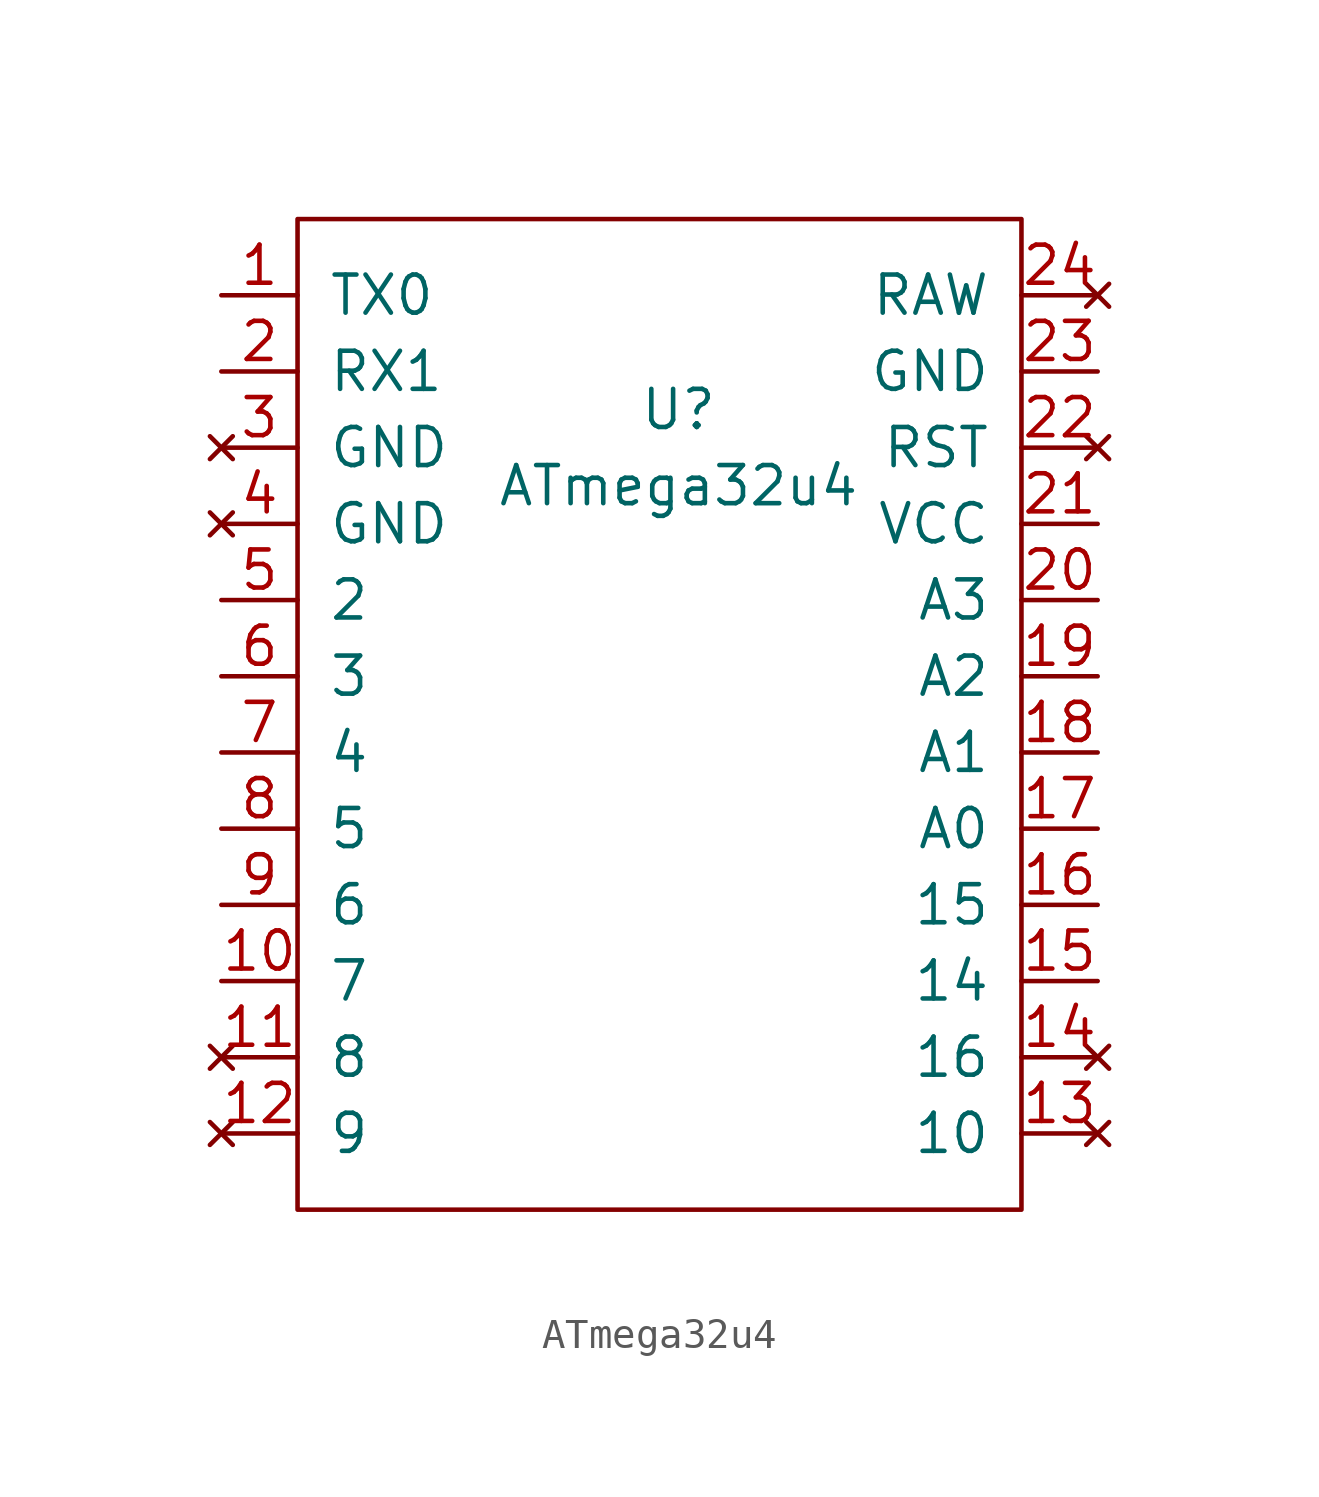
<source format=kicad_sym>
(kicad_symbol_lib
  (version 20201005)
  (generator kicad_symbol_editor)
  (symbol "ATmega32u4"
    (pin_names
      (offset 1.016))
    (property "Reference" "U"
      (at 0 2.54 0)
      (effects (font (size 1.27 1.27))))
    (property "Value" "ATmega32u4"
      (at 0 0 0)
      (effects (font (size 1.27 1.27))))
    (symbol "ATmega32u4_0_1"
      (rectangle (start -12.7 8.89) (end 11.43 -24.13) (stroke (width 0)) (fill (type none))))
    (symbol "ATmega32u4_1_1"
      (pin bidirectional line (at -15.24 6.35 0) (length 2.54) (name "TX0" (effects (font (size 1.27 1.27)))) (number "1" (effects (font (size 1.27 1.27)))))
      (pin bidirectional line (at -15.24 -16.51 0) (length 2.54) (name "7" (effects (font (size 1.27 1.27)))) (number "10" (effects (font (size 1.27 1.27)))))
      (pin no_connect line (at -15.24 -19.05 0) (length 2.54) (name "8" (effects (font (size 1.27 1.27)))) (number "11" (effects (font (size 1.27 1.27)))))
      (pin no_connect line (at -15.24 -21.59 0) (length 2.54) (name "9" (effects (font (size 1.27 1.27)))) (number "12" (effects (font (size 1.27 1.27)))))
      (pin no_connect line (at 13.97 -21.59 180) (length 2.54) (name "10" (effects (font (size 1.27 1.27)))) (number "13" (effects (font (size 1.27 1.27)))))
      (pin no_connect line (at 13.97 -19.05 180) (length 2.54) (name "16" (effects (font (size 1.27 1.27)))) (number "14" (effects (font (size 1.27 1.27)))))
      (pin bidirectional line (at 13.97 -16.51 180) (length 2.54) (name "14" (effects (font (size 1.27 1.27)))) (number "15" (effects (font (size 1.27 1.27)))))
      (pin bidirectional line (at 13.97 -13.97 180) (length 2.54) (name "15" (effects (font (size 1.27 1.27)))) (number "16" (effects (font (size 1.27 1.27)))))
      (pin bidirectional line (at 13.97 -11.43 180) (length 2.54) (name "A0" (effects (font (size 1.27 1.27)))) (number "17" (effects (font (size 1.27 1.27)))))
      (pin bidirectional line (at 13.97 -8.89 180) (length 2.54) (name "A1" (effects (font (size 1.27 1.27)))) (number "18" (effects (font (size 1.27 1.27)))))
      (pin bidirectional line (at 13.97 -6.35 180) (length 2.54) (name "A2" (effects (font (size 1.27 1.27)))) (number "19" (effects (font (size 1.27 1.27)))))
      (pin bidirectional line (at -15.24 3.81 0) (length 2.54) (name "RX1" (effects (font (size 1.27 1.27)))) (number "2" (effects (font (size 1.27 1.27)))))
      (pin bidirectional line (at 13.97 -3.81 180) (length 2.54) (name "A3" (effects (font (size 1.27 1.27)))) (number "20" (effects (font (size 1.27 1.27)))))
      (pin power_out line (at 13.97 -1.27 180) (length 2.54) (name "VCC" (effects (font (size 1.27 1.27)))) (number "21" (effects (font (size 1.27 1.27)))))
      (pin no_connect line (at 13.97 1.27 180) (length 2.54) (name "RST" (effects (font (size 1.27 1.27)))) (number "22" (effects (font (size 1.27 1.27)))))
      (pin power_out line (at 13.97 3.81 180) (length 2.54) (name "GND" (effects (font (size 1.27 1.27)))) (number "23" (effects (font (size 1.27 1.27)))))
      (pin no_connect line (at 13.97 6.35 180) (length 2.54) (name "RAW" (effects (font (size 1.27 1.27)))) (number "24" (effects (font (size 1.27 1.27)))))
      (pin no_connect line (at -15.24 1.27 0) (length 2.54) (name "GND" (effects (font (size 1.27 1.27)))) (number "3" (effects (font (size 1.27 1.27)))))
      (pin no_connect line (at -15.24 -1.27 0) (length 2.54) (name "GND" (effects (font (size 1.27 1.27)))) (number "4" (effects (font (size 1.27 1.27)))))
      (pin bidirectional line (at -15.24 -3.81 0) (length 2.54) (name "2" (effects (font (size 1.27 1.27)))) (number "5" (effects (font (size 1.27 1.27)))))
      (pin bidirectional line (at -15.24 -6.35 0) (length 2.54) (name "3" (effects (font (size 1.27 1.27)))) (number "6" (effects (font (size 1.27 1.27)))))
      (pin bidirectional line (at -15.24 -8.89 0) (length 2.54) (name "4" (effects (font (size 1.27 1.27)))) (number "7" (effects (font (size 1.27 1.27)))))
      (pin bidirectional line (at -15.24 -11.43 0) (length 2.54) (name "5" (effects (font (size 1.27 1.27)))) (number "8" (effects (font (size 1.27 1.27)))))
      (pin bidirectional line (at -15.24 -13.97 0) (length 2.54) (name "6" (effects (font (size 1.27 1.27)))) (number "9" (effects (font (size 1.27 1.27))))))))
</source>
